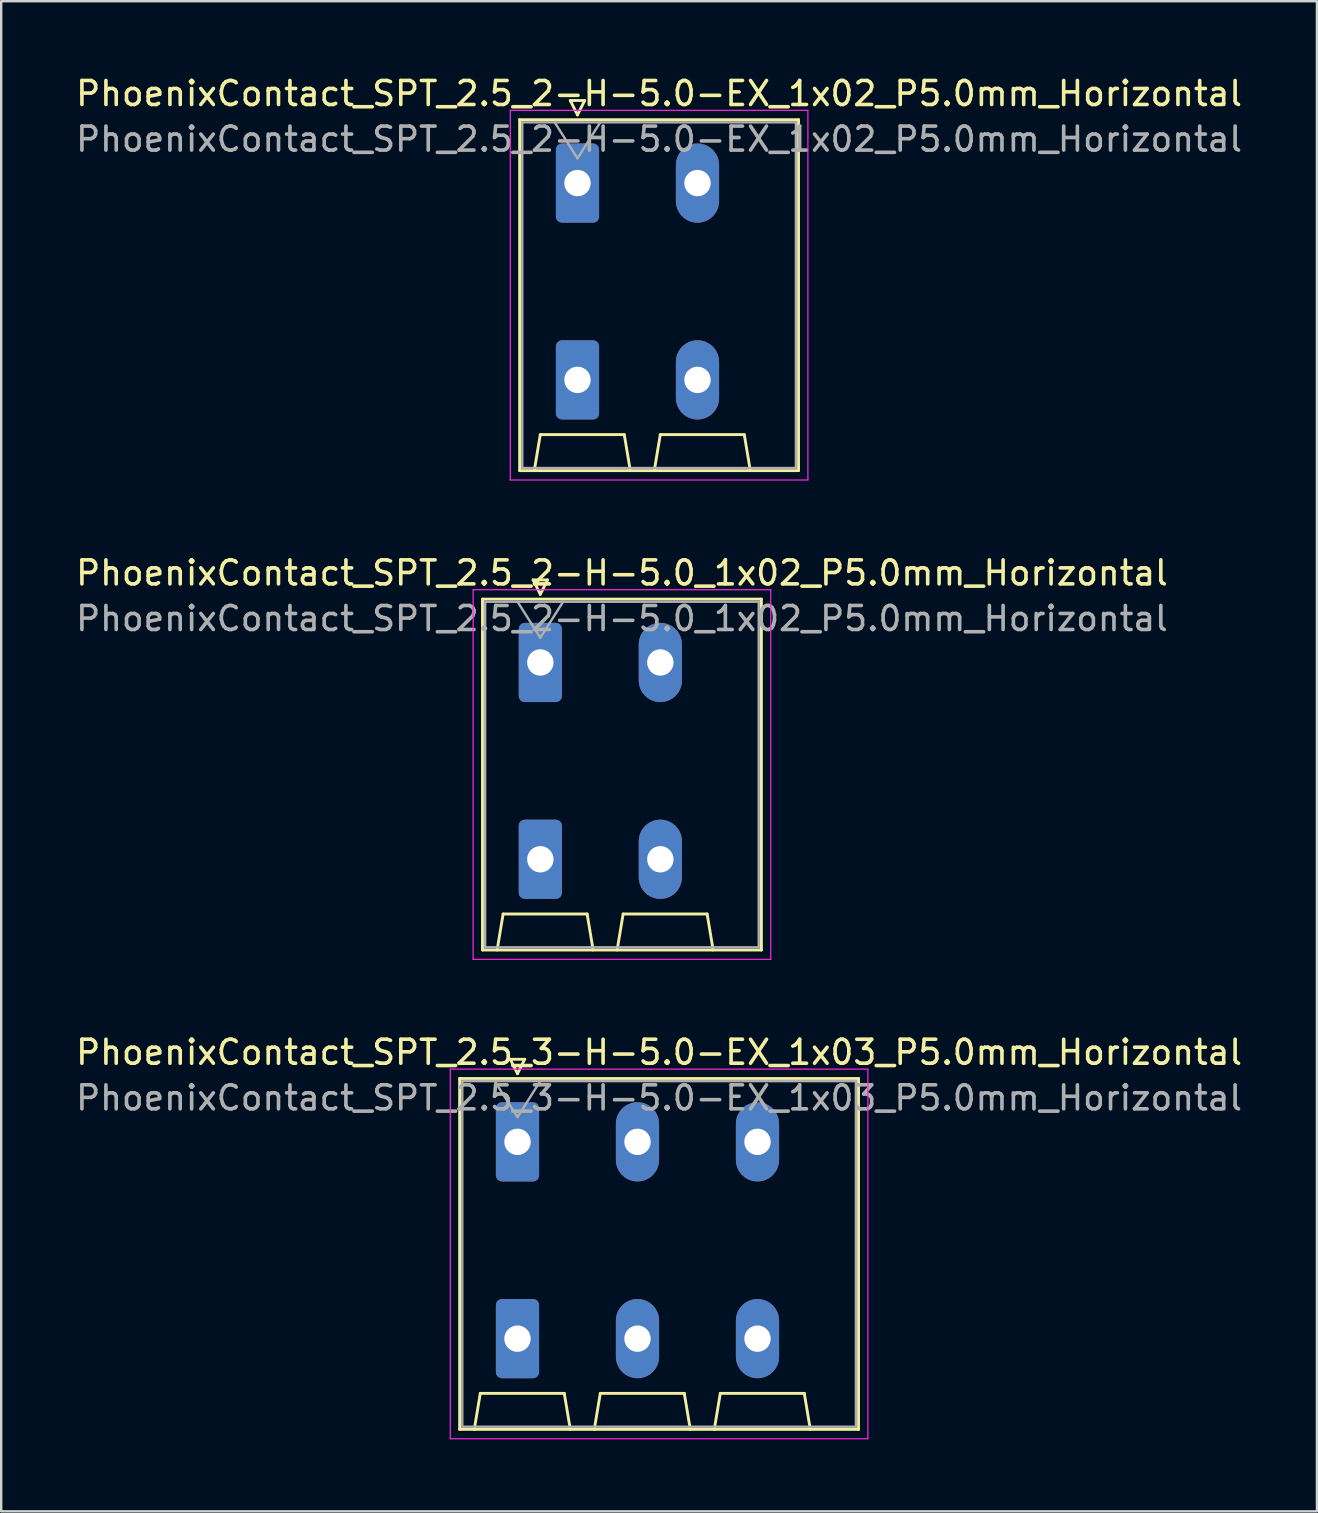
<source format=kicad_pcb>
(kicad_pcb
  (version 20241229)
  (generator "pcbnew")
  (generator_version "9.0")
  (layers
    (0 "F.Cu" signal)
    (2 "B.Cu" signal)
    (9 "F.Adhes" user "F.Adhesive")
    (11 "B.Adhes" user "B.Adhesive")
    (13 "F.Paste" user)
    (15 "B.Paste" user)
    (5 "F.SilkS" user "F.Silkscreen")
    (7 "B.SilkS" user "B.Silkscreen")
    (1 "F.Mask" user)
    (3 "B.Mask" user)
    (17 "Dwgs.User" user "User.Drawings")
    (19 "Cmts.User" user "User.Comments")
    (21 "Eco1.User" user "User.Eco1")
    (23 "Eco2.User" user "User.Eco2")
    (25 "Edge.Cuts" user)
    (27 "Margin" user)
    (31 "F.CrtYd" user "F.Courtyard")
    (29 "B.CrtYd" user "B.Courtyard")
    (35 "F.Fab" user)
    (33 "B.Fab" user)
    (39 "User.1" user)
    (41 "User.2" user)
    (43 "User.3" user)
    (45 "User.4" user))
  (footprint "PhoenixContact_SPT_2.5_3-H-5.0-EX_1x03_P5.0mm_Horizontal"
    (layer "F.Cu")
    (at 18.511 44.525)
    (property "Reference" "PhoenixContact_SPT_2.5_3-H-5.0-EX_1x03_P5.0mm_Horizontal" (at 5.9 -3.73 0) (layer "F.SilkS") (effects (font (size 1 1) (thickness 0.15))))
    (attr through_hole)
    (fp_line (start -2.41 -2.64) (end 14.21 -2.64) (stroke (width 0.12) (type solid)) (layer "F.SilkS"))
    (fp_line (start -2.41 11.98) (end -2.41 -2.64) (stroke (width 0.12) (type solid)) (layer "F.SilkS"))
    (fp_line (start -1.8 11.98) (end -1.55 10.48) (stroke (width 0.12) (type solid)) (layer "F.SilkS"))
    (fp_line (start -1.55 10.48) (end 1.95 10.48) (stroke (width 0.12) (type solid)) (layer "F.SilkS"))
    (fp_line (start -0.3 -3.44) (end 0 -2.84) (stroke (width 0.12) (type solid)) (layer "F.SilkS"))
    (fp_line (start -0.3 -3.44) (end 0.3 -3.44) (stroke (width 0.12) (type solid)) (layer "F.SilkS"))
    (fp_line (start 0.3 -3.44) (end 0 -2.84) (stroke (width 0.12) (type solid)) (layer "F.SilkS"))
    (fp_line (start 2.2 11.98) (end 1.95 10.48) (stroke (width 0.12) (type solid)) (layer "F.SilkS"))
    (fp_line (start 3.2 11.98) (end 3.45 10.48) (stroke (width 0.12) (type solid)) (layer "F.SilkS"))
    (fp_line (start 3.45 10.48) (end 6.95 10.48) (stroke (width 0.12) (type solid)) (layer "F.SilkS"))
    (fp_line (start 7.2 11.98) (end 6.95 10.48) (stroke (width 0.12) (type solid)) (layer "F.SilkS"))
    (fp_line (start 8.2 11.98) (end 8.45 10.48) (stroke (width 0.12) (type solid)) (layer "F.SilkS"))
    (fp_line (start 8.45 10.48) (end 11.95 10.48) (stroke (width 0.12) (type solid)) (layer "F.SilkS"))
    (fp_line (start 12.2 11.98) (end 11.95 10.48) (stroke (width 0.12) (type solid)) (layer "F.SilkS"))
    (fp_line (start 14.21 -2.64) (end 14.21 11.98) (stroke (width 0.12) (type solid)) (layer "F.SilkS"))
    (fp_line (start 14.21 11.98) (end -2.41 11.98) (stroke (width 0.12) (type solid)) (layer "F.SilkS"))
    (fp_line (start -2.8 -3.03) (end -2.8 12.37) (stroke (width 0.05) (type solid)) (layer "F.CrtYd"))
    (fp_line (start -2.8 12.37) (end 14.6 12.37) (stroke (width 0.05) (type solid)) (layer "F.CrtYd"))
    (fp_line (start 14.6 -3.03) (end -2.8 -3.03) (stroke (width 0.05) (type solid)) (layer "F.CrtYd"))
    (fp_line (start 14.6 12.37) (end 14.6 -3.03) (stroke (width 0.05) (type solid)) (layer "F.CrtYd"))
    (fp_line (start -2.3 -2.53) (end -2.3 11.87) (stroke (width 0.1) (type solid)) (layer "F.Fab"))
    (fp_line (start -2.3 11.87) (end 14.1 11.87) (stroke (width 0.1) (type solid)) (layer "F.Fab"))
    (fp_line (start -0.95 -2.53) (end 0 -1.03) (stroke (width 0.1) (type solid)) (layer "F.Fab"))
    (fp_line (start 0.95 -2.53) (end 0 -1.03) (stroke (width 0.1) (type solid)) (layer "F.Fab"))
    (fp_line (start 14.1 -2.53) (end -2.3 -2.53) (stroke (width 0.1) (type solid)) (layer "F.Fab"))
    (fp_line (start 14.1 11.87) (end 14.1 -2.53) (stroke (width 0.1) (type solid)) (layer "F.Fab"))
    (fp_text user "${REFERENCE}" (at 5.9 -1.83 0) (layer "F.Fab") (effects (font (size 1 1) (thickness 0.15))))
    (pad "1" thru_hole roundrect (at 0 0) (size 1.8 3.3) (drill 1.1) (layers "*.Cu" "*.Mask") (roundrect_rratio 0.139))
    (pad "1" thru_hole roundrect (at 0 8.2) (size 1.8 3.3) (drill 1.1) (layers "*.Cu" "*.Mask") (roundrect_rratio 0.139))
    (pad "2" thru_hole oval (at 5 0) (size 1.8 3.3) (drill 1.1) (layers "*.Cu" "*.Mask"))
    (pad "2" thru_hole oval (at 5 8.2) (size 1.8 3.3) (drill 1.1) (layers "*.Cu" "*.Mask"))
    (pad "3" thru_hole oval (at 10 0) (size 1.8 3.3) (drill 1.1) (layers "*.Cu" "*.Mask"))
    (pad "3" thru_hole oval (at 10 8.2) (size 1.8 3.3) (drill 1.1) (layers "*.Cu" "*.Mask")))
  (footprint "PhoenixContact_SPT_2.5_2-H-5.0_1x02_P5.0mm_Horizontal"
    (layer "F.Cu")
    (at 19.463 24.552)
    (property "Reference" "PhoenixContact_SPT_2.5_2-H-5.0_1x02_P5.0mm_Horizontal" (at 3.4 -3.73 0) (layer "F.SilkS") (effects (font (size 1 1) (thickness 0.15))))
    (attr through_hole)
    (fp_line (start -2.41 -2.64) (end 9.21 -2.64) (stroke (width 0.12) (type solid)) (layer "F.SilkS"))
    (fp_line (start -2.41 11.98) (end -2.41 -2.64) (stroke (width 0.12) (type solid)) (layer "F.SilkS"))
    (fp_line (start -1.8 11.98) (end -1.55 10.48) (stroke (width 0.12) (type solid)) (layer "F.SilkS"))
    (fp_line (start -1.55 10.48) (end 1.95 10.48) (stroke (width 0.12) (type solid)) (layer "F.SilkS"))
    (fp_line (start -0.3 -3.44) (end 0 -2.84) (stroke (width 0.12) (type solid)) (layer "F.SilkS"))
    (fp_line (start -0.3 -3.44) (end 0.3 -3.44) (stroke (width 0.12) (type solid)) (layer "F.SilkS"))
    (fp_line (start 0.3 -3.44) (end 0 -2.84) (stroke (width 0.12) (type solid)) (layer "F.SilkS"))
    (fp_line (start 2.2 11.98) (end 1.95 10.48) (stroke (width 0.12) (type solid)) (layer "F.SilkS"))
    (fp_line (start 3.2 11.98) (end 3.45 10.48) (stroke (width 0.12) (type solid)) (layer "F.SilkS"))
    (fp_line (start 3.45 10.48) (end 6.95 10.48) (stroke (width 0.12) (type solid)) (layer "F.SilkS"))
    (fp_line (start 7.2 11.98) (end 6.95 10.48) (stroke (width 0.12) (type solid)) (layer "F.SilkS"))
    (fp_line (start 9.21 -2.64) (end 9.21 11.98) (stroke (width 0.12) (type solid)) (layer "F.SilkS"))
    (fp_line (start 9.21 11.98) (end -2.41 11.98) (stroke (width 0.12) (type solid)) (layer "F.SilkS"))
    (fp_line (start -2.8 -3.03) (end -2.8 12.37) (stroke (width 0.05) (type solid)) (layer "F.CrtYd"))
    (fp_line (start -2.8 12.37) (end 9.6 12.37) (stroke (width 0.05) (type solid)) (layer "F.CrtYd"))
    (fp_line (start 9.6 -3.03) (end -2.8 -3.03) (stroke (width 0.05) (type solid)) (layer "F.CrtYd"))
    (fp_line (start 9.6 12.37) (end 9.6 -3.03) (stroke (width 0.05) (type solid)) (layer "F.CrtYd"))
    (fp_line (start -2.3 -2.53) (end -2.3 11.87) (stroke (width 0.1) (type solid)) (layer "F.Fab"))
    (fp_line (start -2.3 11.87) (end 9.1 11.87) (stroke (width 0.1) (type solid)) (layer "F.Fab"))
    (fp_line (start -0.95 -2.53) (end 0 -1.03) (stroke (width 0.1) (type solid)) (layer "F.Fab"))
    (fp_line (start 0.95 -2.53) (end 0 -1.03) (stroke (width 0.1) (type solid)) (layer "F.Fab"))
    (fp_line (start 9.1 -2.53) (end -2.3 -2.53) (stroke (width 0.1) (type solid)) (layer "F.Fab"))
    (fp_line (start 9.1 11.87) (end 9.1 -2.53) (stroke (width 0.1) (type solid)) (layer "F.Fab"))
    (fp_text user "${REFERENCE}" (at 3.4 -1.83 0) (layer "F.Fab") (effects (font (size 1 1) (thickness 0.15))))
    (pad "1" thru_hole roundrect (at 0 0) (size 1.8 3.3) (drill 1.1) (layers "*.Cu" "*.Mask") (roundrect_rratio 0.139))
    (pad "1" thru_hole roundrect (at 0 8.2) (size 1.8 3.3) (drill 1.1) (layers "*.Cu" "*.Mask") (roundrect_rratio 0.139))
    (pad "2" thru_hole oval (at 5 0) (size 1.8 3.3) (drill 1.1) (layers "*.Cu" "*.Mask"))
    (pad "2" thru_hole oval (at 5 8.2) (size 1.8 3.3) (drill 1.1) (layers "*.Cu" "*.Mask")))
  (footprint "PhoenixContact_SPT_2.5_2-H-5.0-EX_1x02_P5.0mm_Horizontal"
    (layer "F.Cu")
    (at 21.011 4.578)
    (property "Reference" "PhoenixContact_SPT_2.5_2-H-5.0-EX_1x02_P5.0mm_Horizontal" (at 3.4 -3.73 0) (layer "F.SilkS") (effects (font (size 1 1) (thickness 0.15))))
    (attr through_hole)
    (fp_line (start -2.41 -2.64) (end 9.21 -2.64) (stroke (width 0.12) (type solid)) (layer "F.SilkS"))
    (fp_line (start -2.41 11.98) (end -2.41 -2.64) (stroke (width 0.12) (type solid)) (layer "F.SilkS"))
    (fp_line (start -1.8 11.98) (end -1.55 10.48) (stroke (width 0.12) (type solid)) (layer "F.SilkS"))
    (fp_line (start -1.55 10.48) (end 1.95 10.48) (stroke (width 0.12) (type solid)) (layer "F.SilkS"))
    (fp_line (start -0.3 -3.44) (end 0 -2.84) (stroke (width 0.12) (type solid)) (layer "F.SilkS"))
    (fp_line (start -0.3 -3.44) (end 0.3 -3.44) (stroke (width 0.12) (type solid)) (layer "F.SilkS"))
    (fp_line (start 0.3 -3.44) (end 0 -2.84) (stroke (width 0.12) (type solid)) (layer "F.SilkS"))
    (fp_line (start 2.2 11.98) (end 1.95 10.48) (stroke (width 0.12) (type solid)) (layer "F.SilkS"))
    (fp_line (start 3.2 11.98) (end 3.45 10.48) (stroke (width 0.12) (type solid)) (layer "F.SilkS"))
    (fp_line (start 3.45 10.48) (end 6.95 10.48) (stroke (width 0.12) (type solid)) (layer "F.SilkS"))
    (fp_line (start 7.2 11.98) (end 6.95 10.48) (stroke (width 0.12) (type solid)) (layer "F.SilkS"))
    (fp_line (start 9.21 -2.64) (end 9.21 11.98) (stroke (width 0.12) (type solid)) (layer "F.SilkS"))
    (fp_line (start 9.21 11.98) (end -2.41 11.98) (stroke (width 0.12) (type solid)) (layer "F.SilkS"))
    (fp_line (start -2.8 -3.03) (end -2.8 12.37) (stroke (width 0.05) (type solid)) (layer "F.CrtYd"))
    (fp_line (start -2.8 12.37) (end 9.6 12.37) (stroke (width 0.05) (type solid)) (layer "F.CrtYd"))
    (fp_line (start 9.6 -3.03) (end -2.8 -3.03) (stroke (width 0.05) (type solid)) (layer "F.CrtYd"))
    (fp_line (start 9.6 12.37) (end 9.6 -3.03) (stroke (width 0.05) (type solid)) (layer "F.CrtYd"))
    (fp_line (start -2.3 -2.53) (end -2.3 11.87) (stroke (width 0.1) (type solid)) (layer "F.Fab"))
    (fp_line (start -2.3 11.87) (end 9.1 11.87) (stroke (width 0.1) (type solid)) (layer "F.Fab"))
    (fp_line (start -0.95 -2.53) (end 0 -1.03) (stroke (width 0.1) (type solid)) (layer "F.Fab"))
    (fp_line (start 0.95 -2.53) (end 0 -1.03) (stroke (width 0.1) (type solid)) (layer "F.Fab"))
    (fp_line (start 9.1 -2.53) (end -2.3 -2.53) (stroke (width 0.1) (type solid)) (layer "F.Fab"))
    (fp_line (start 9.1 11.87) (end 9.1 -2.53) (stroke (width 0.1) (type solid)) (layer "F.Fab"))
    (fp_text user "${REFERENCE}" (at 3.4 -1.83 0) (layer "F.Fab") (effects (font (size 1 1) (thickness 0.15))))
    (pad "1" thru_hole roundrect (at 0 0) (size 1.8 3.3) (drill 1.1) (layers "*.Cu" "*.Mask") (roundrect_rratio 0.139))
    (pad "1" thru_hole roundrect (at 0 8.2) (size 1.8 3.3) (drill 1.1) (layers "*.Cu" "*.Mask") (roundrect_rratio 0.139))
    (pad "2" thru_hole oval (at 5 0) (size 1.8 3.3) (drill 1.1) (layers "*.Cu" "*.Mask"))
    (pad "2" thru_hole oval (at 5 8.2) (size 1.8 3.3) (drill 1.1) (layers "*.Cu" "*.Mask")))
  (gr_rect
    (start -3 -3)
    (end 51.821 59.92)
    (stroke (width 0.1) (type default))
    (fill no)
    (layer "Edge.Cuts")))
</source>
